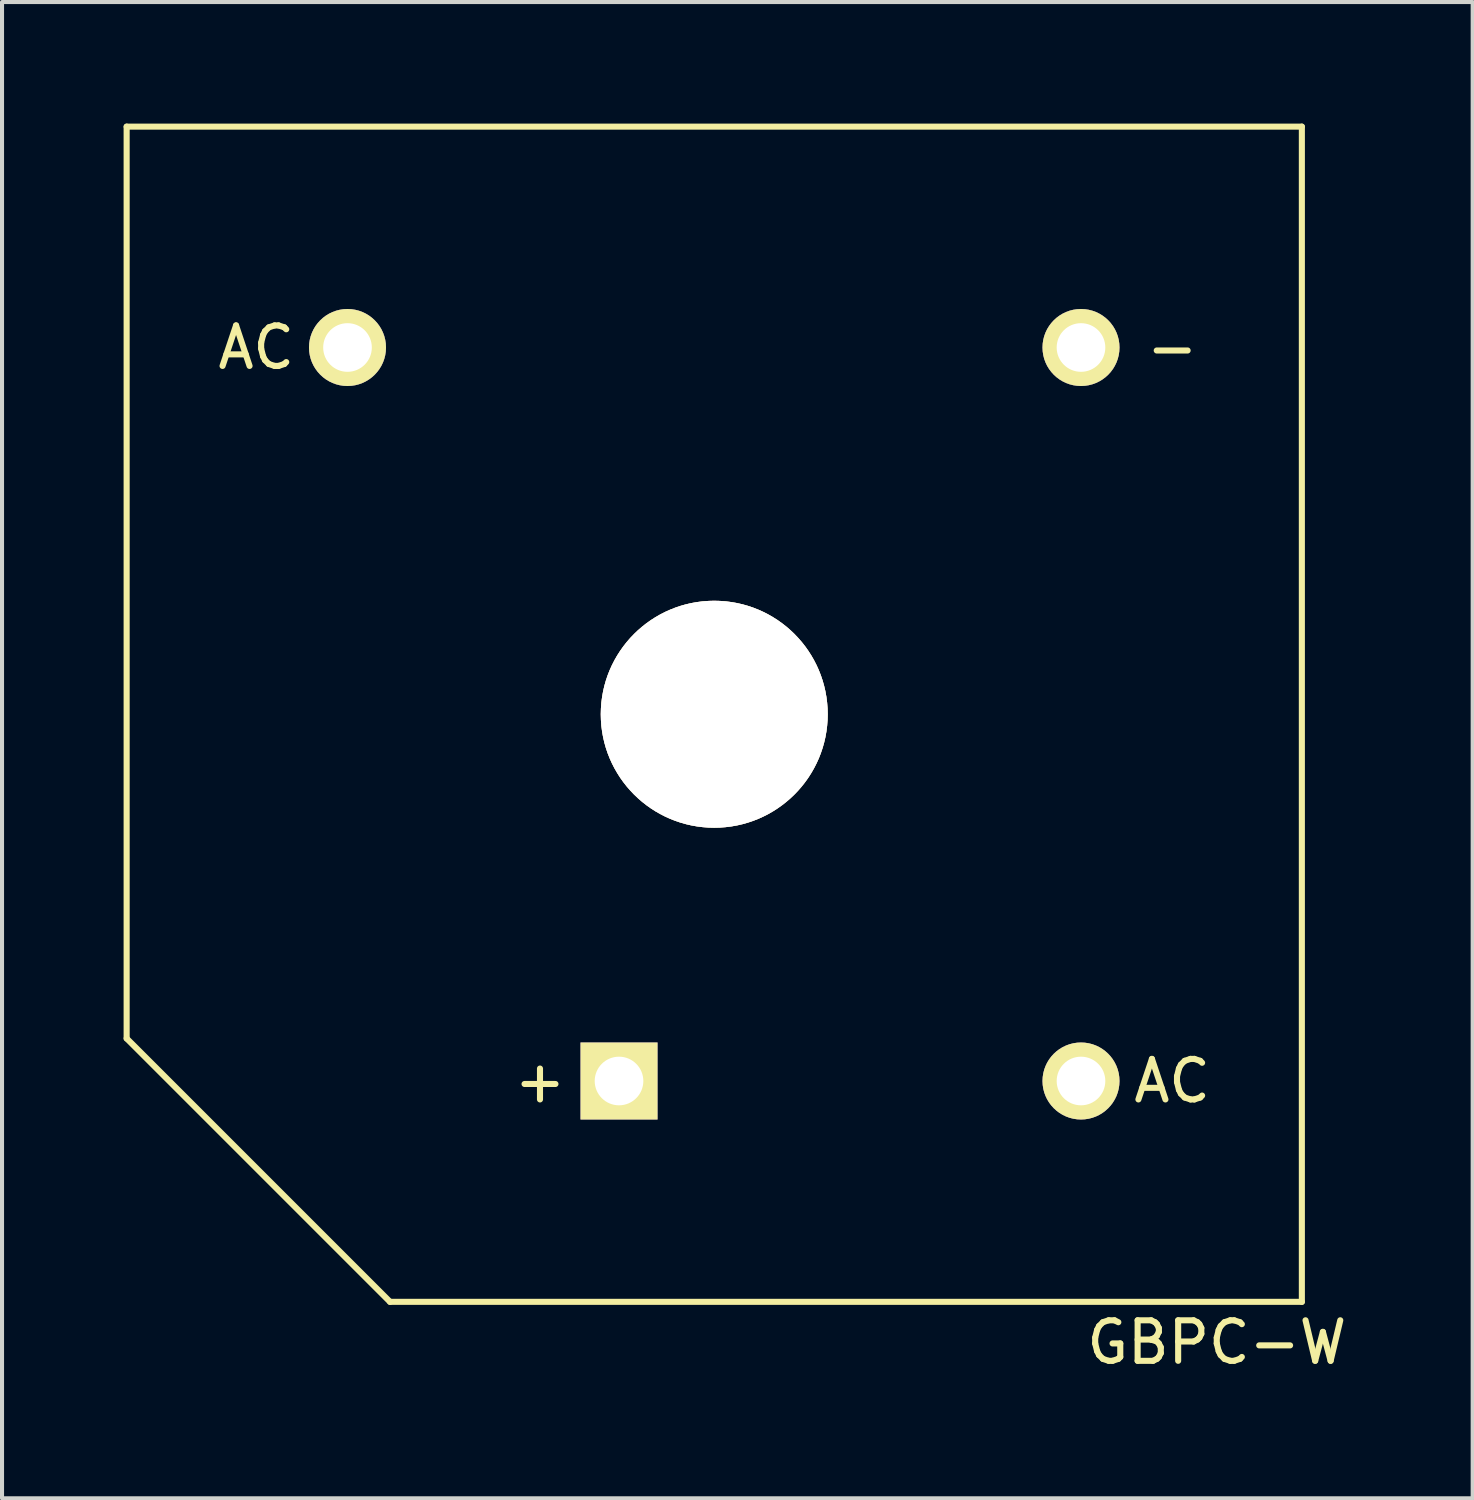
<source format=kicad_pcb>
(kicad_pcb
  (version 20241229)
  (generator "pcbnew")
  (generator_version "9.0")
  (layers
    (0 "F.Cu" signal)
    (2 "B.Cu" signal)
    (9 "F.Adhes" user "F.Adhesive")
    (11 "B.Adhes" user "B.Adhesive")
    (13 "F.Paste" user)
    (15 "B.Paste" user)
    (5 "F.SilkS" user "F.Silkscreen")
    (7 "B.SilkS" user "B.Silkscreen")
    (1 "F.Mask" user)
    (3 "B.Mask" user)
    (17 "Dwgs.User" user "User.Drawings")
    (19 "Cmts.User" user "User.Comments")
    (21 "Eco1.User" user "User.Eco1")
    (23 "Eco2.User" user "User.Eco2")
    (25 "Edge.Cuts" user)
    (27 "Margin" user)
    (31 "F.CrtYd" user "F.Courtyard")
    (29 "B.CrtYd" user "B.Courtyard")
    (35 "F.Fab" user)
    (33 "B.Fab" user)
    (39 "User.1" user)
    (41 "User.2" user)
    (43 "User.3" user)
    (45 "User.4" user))
  (footprint "GBPC-W"
    (layer "F.Cu")
    (at 14.575 14.575)
    (property "Reference" "GBPC-W" (at 12.4 15.5 0) (layer "F.SilkS") (effects (font (size 1 1) (thickness 0.15))))
    (attr through_hole)
    (fp_line (start -14.5 8) (end -14.5 -14.5) (stroke (width 0.15) (type solid)) (layer "F.SilkS"))
    (fp_line (start -8 14.5) (end -14.5 8) (stroke (width 0.15) (type solid)) (layer "F.SilkS"))
    (fp_line (start 14.5 -14.5) (end -14.5 -14.5) (stroke (width 0.15) (type solid)) (layer "F.SilkS"))
    (fp_line (start 14.5 14.5) (end -8 14.5) (stroke (width 0.15) (type solid)) (layer "F.SilkS"))
    (fp_line (start 14.5 14.5) (end 14.5 -14.5) (stroke (width 0.15) (type solid)) (layer "F.SilkS"))
    (fp_text user "+" (at -4.3 9.05 0) (layer "F.SilkS") (effects (font (size 1 1) (thickness 0.15))))
    (fp_text user "-" (at 11.3 -9.05 0) (layer "F.SilkS") (effects (font (size 1 1) (thickness 0.15))))
    (fp_text user "AC" (at -11.3 -9.05 0) (layer "F.SilkS") (effects (font (size 1 1) (thickness 0.15))))
    (fp_text user "AC" (at 11.3 9.05 0) (layer "F.SilkS") (effects (font (size 1 1) (thickness 0.15))))
    (pad "1" thru_hole rect (at -2.35 9.05) (size 1.9 1.9) (drill 1.2) (layers "*.Cu" "*.Mask" "F.SilkS"))
    (pad "2" thru_hole circle (at 9.05 -9.05) (size 1.9 1.9) (drill 1.2) (layers "*.Cu" "*.Mask" "F.SilkS"))
    (pad "3" thru_hole circle (at 9.05 9.05) (size 1.9 1.9) (drill 1.2) (layers "*.Cu" "*.Mask" "F.SilkS"))
    (pad "4" thru_hole circle (at -9.05 -9.05) (size 1.9 1.9) (drill 1.2) (layers "*.Cu" "*.Mask" "F.SilkS"))
    (pad "~" thru_hole circle (at 0 0) (size 5.6 5.6) (drill 5.6) (layers "*.Cu" "*.Mask" "F.SilkS")))
  (gr_rect
    (start -3 -3)
    (end 33.29 33.923)
    (stroke (width 0.1) (type default))
    (fill no)
    (layer "Edge.Cuts")))
</source>
